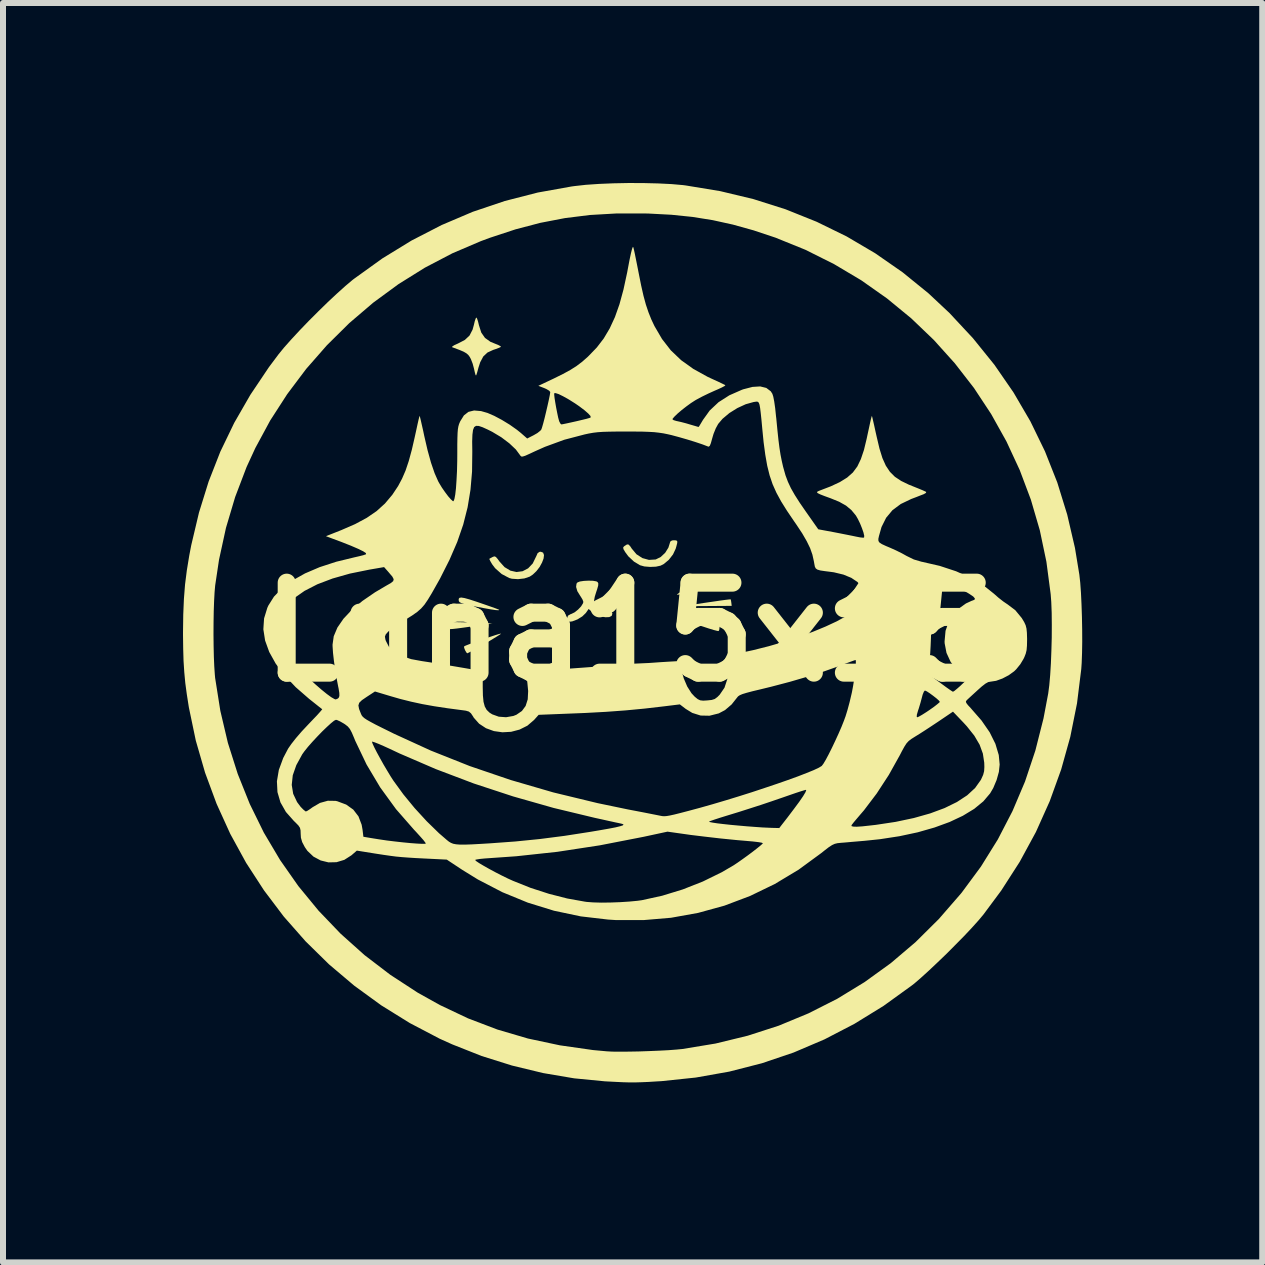
<source format=kicad_pcb>
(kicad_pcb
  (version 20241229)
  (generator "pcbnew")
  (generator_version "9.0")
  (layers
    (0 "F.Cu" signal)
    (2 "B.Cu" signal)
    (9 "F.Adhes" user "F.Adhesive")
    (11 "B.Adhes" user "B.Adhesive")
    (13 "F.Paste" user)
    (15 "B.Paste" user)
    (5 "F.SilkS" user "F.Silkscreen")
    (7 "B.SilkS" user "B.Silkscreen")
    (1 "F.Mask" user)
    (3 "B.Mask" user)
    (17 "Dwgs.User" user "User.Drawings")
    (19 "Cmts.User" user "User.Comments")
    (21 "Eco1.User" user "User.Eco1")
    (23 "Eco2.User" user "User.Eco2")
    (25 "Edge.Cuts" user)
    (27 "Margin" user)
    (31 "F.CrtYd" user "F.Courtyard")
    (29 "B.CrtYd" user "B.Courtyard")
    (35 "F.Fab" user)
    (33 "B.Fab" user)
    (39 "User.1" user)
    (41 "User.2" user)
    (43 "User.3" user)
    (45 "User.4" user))
  (footprint "Luna15x15"
    (layer "F.Cu")
    (at 7.478 7.482)
    (property "Reference" "Luna15x15" (at 0 0 0) (layer "F.SilkS") (effects (font (size 1.5 1.5) (thickness 0.3))))
    (attr board_only exclude_from_pos_files exclude_from_bom)
    (fp_poly (pts (xy 1.649 -0.544) (xy 1.655 -0.521) (xy 1.66 -0.487) (xy 1.666 -0.435) (xy 1.252 -0.432) (xy 0.838 -0.429) (xy 1.241 -0.489) (xy 1.366 -0.507) (xy 1.476 -0.523) (xy 1.564 -0.535) (xy 1.624 -0.542) (xy 1.649 -0.544)) (stroke (width 0) (type solid)) (fill yes) (layer "F.SilkS"))
    (fp_poly (pts (xy -2.876 -0.163) (xy -2.766 -0.16) (xy -2.679 -0.157) (xy -2.324 -0.14) (xy -2.663 -0.092) (xy -2.805 -0.072) (xy -2.91 -0.058) (xy -2.983 -0.05) (xy -3.032 -0.047) (xy -3.06 -0.05) (xy -3.073 -0.059) (xy -3.077 -0.074) (xy -3.077 -0.094) (xy -3.077 -0.094) (xy -3.069 -0.139) (xy -3.055 -0.159) (xy -3.028 -0.163) (xy -2.966 -0.164)) (stroke (width 0) (type solid)) (fill yes) (layer "F.SilkS"))
    (fp_poly (pts (xy -2.786 -0.565) (xy -2.703 -0.542) (xy -2.586 -0.504) (xy -2.534 -0.486) (xy -2.426 -0.449) (xy -2.332 -0.416) (xy -2.26 -0.39) (xy -2.217 -0.373) (xy -2.209 -0.369) (xy -2.216 -0.362) (xy -2.263 -0.364) (xy -2.35 -0.377) (xy -2.474 -0.399) (xy -2.589 -0.421) (xy -2.707 -0.445) (xy -2.789 -0.465) (xy -2.841 -0.482) (xy -2.87 -0.498) (xy -2.882 -0.515) (xy -2.882 -0.517) (xy -2.884 -0.549) (xy -2.872 -0.568) (xy -2.841 -0.574)) (stroke (width 0) (type solid)) (fill yes) (layer "F.SilkS"))
    (fp_poly (pts (xy -2.178 0.027) (xy -2.19 0.039) (xy -2.232 0.066) (xy -2.297 0.106) (xy -2.376 0.154) (xy -2.464 0.205) (xy -2.552 0.256) (xy -2.634 0.301) (xy -2.702 0.337) (xy -2.739 0.356) (xy -2.755 0.343) (xy -2.777 0.305) (xy -2.793 0.263) (xy -2.794 0.241) (xy -2.769 0.228) (xy -2.713 0.206) (xy -2.635 0.177) (xy -2.543 0.144) (xy -2.446 0.11) (xy -2.352 0.079) (xy -2.271 0.052) (xy -2.211 0.034) (xy -2.18 0.027)) (stroke (width 0) (type solid)) (fill yes) (layer "F.SilkS"))
    (fp_poly (pts (xy 0.917 -0.207) (xy 0.986 -0.199) (xy 1.077 -0.186) (xy 1.178 -0.17) (xy 1.277 -0.154) (xy 1.361 -0.14) (xy 1.421 -0.131) (xy 1.448 -0.128) (xy 1.448 -0.128) (xy 1.46 -0.109) (xy 1.464 -0.076) (xy 1.458 -0.032) (xy 1.448 -0.015) (xy 1.424 -0.018) (xy 1.366 -0.033) (xy 1.284 -0.058) (xy 1.184 -0.091) (xy 1.135 -0.107) (xy 1.035 -0.142) (xy 0.955 -0.173) (xy 0.901 -0.195) (xy 0.878 -0.208) (xy 0.881 -0.21)) (stroke (width 0) (type solid)) (fill yes) (layer "F.SilkS"))
    (fp_poly (pts (xy 1.399 -0.928) (xy 1.41 -0.896) (xy 1.415 -0.876) (xy 1.412 -0.859) (xy 1.396 -0.842) (xy 1.363 -0.823) (xy 1.308 -0.8) (xy 1.224 -0.769) (xy 1.109 -0.729) (xy 1.032 -0.702) (xy 0.908 -0.66) (xy 0.822 -0.633) (xy 0.771 -0.62) (xy 0.753 -0.621) (xy 0.767 -0.635) (xy 0.802 -0.658) (xy 0.851 -0.686) (xy 0.922 -0.724) (xy 1.007 -0.768) (xy 1.1 -0.815) (xy 1.191 -0.86) (xy 1.273 -0.9) (xy 1.339 -0.931) (xy 1.38 -0.948) (xy 1.39 -0.951)) (stroke (width 0) (type solid)) (fill yes) (layer "F.SilkS"))
    (fp_poly (pts (xy -1.477 -1.322) (xy -1.462 -1.282) (xy -1.469 -1.224) (xy -1.495 -1.156) (xy -1.535 -1.083) (xy -1.588 -1.014) (xy -1.649 -0.956) (xy -1.7 -0.922) (xy -1.789 -0.892) (xy -1.895 -0.88) (xy -1.997 -0.887) (xy -2.042 -0.899) (xy -2.168 -0.966) (xy -2.277 -1.063) (xy -2.326 -1.128) (xy -2.356 -1.179) (xy -2.372 -1.213) (xy -2.373 -1.219) (xy -2.351 -1.232) (xy -2.319 -1.249) (xy -2.29 -1.26) (xy -2.265 -1.251) (xy -2.234 -1.216) (xy -2.207 -1.178) (xy -2.12 -1.081) (xy -2.022 -1.022) (xy -1.92 -0.999) (xy -1.819 -1.012) (xy -1.727 -1.06) (xy -1.65 -1.141) (xy -1.594 -1.256) (xy -1.593 -1.257) (xy -1.569 -1.312) (xy -1.539 -1.334) (xy -1.516 -1.337)) (stroke (width 0) (type solid)) (fill yes) (layer "F.SilkS"))
    (fp_poly (pts (xy 0.74 -1.526) (xy 0.758 -1.515) (xy 0.759 -1.486) (xy 0.745 -1.43) (xy 0.733 -1.388) (xy 0.688 -1.292) (xy 0.618 -1.202) (xy 0.535 -1.133) (xy 0.481 -1.105) (xy 0.403 -1.088) (xy 0.306 -1.084) (xy 0.21 -1.092) (xy 0.138 -1.112) (xy 0.037 -1.173) (xy -0.057 -1.261) (xy -0.108 -1.33) (xy -0.137 -1.379) (xy -0.143 -1.406) (xy -0.129 -1.426) (xy -0.116 -1.435) (xy -0.078 -1.459) (xy -0.051 -1.456) (xy -0.022 -1.424) (xy -0.000234 -1.39) (xy 0.079 -1.295) (xy 0.178 -1.231) (xy 0.287 -1.201) (xy 0.398 -1.208) (xy 0.402 -1.209) (xy 0.484 -1.25) (xy 0.558 -1.32) (xy 0.611 -1.405) (xy 0.628 -1.458) (xy 0.643 -1.507) (xy 0.671 -1.525) (xy 0.703 -1.528)) (stroke (width 0) (type solid)) (fill yes) (layer "F.SilkS"))
    (fp_poly (pts (xy -2.577 -5.222) (xy -2.561 -5.173) (xy -2.546 -5.111) (xy -2.507 -4.989) (xy -2.445 -4.9) (xy -2.355 -4.836) (xy -2.282 -4.806) (xy -2.223 -4.782) (xy -2.186 -4.762) (xy -2.18 -4.751) (xy -2.208 -4.737) (xy -2.263 -4.716) (xy -2.308 -4.701) (xy -2.404 -4.657) (xy -2.474 -4.591) (xy -2.525 -4.495) (xy -2.554 -4.406) (xy -2.572 -4.339) (xy -2.587 -4.29) (xy -2.595 -4.273) (xy -2.604 -4.287) (xy -2.616 -4.332) (xy -2.629 -4.39) (xy -2.651 -4.472) (xy -2.681 -4.549) (xy -2.701 -4.586) (xy -2.726 -4.619) (xy -2.757 -4.645) (xy -2.8 -4.67) (xy -2.865 -4.698) (xy -2.961 -4.734) (xy -2.992 -4.745) (xy -2.992 -4.757) (xy -2.956 -4.78) (xy -2.896 -4.807) (xy -2.782 -4.866) (xy -2.703 -4.94) (xy -2.652 -5.039) (xy -2.631 -5.115) (xy -2.615 -5.182) (xy -2.599 -5.227) (xy -2.589 -5.241)) (stroke (width 0) (type solid)) (fill yes) (layer "F.SilkS"))
    (fp_poly (pts (xy -0.646 -0.853) (xy -0.589 -0.843) (xy -0.569 -0.832) (xy -0.557 -0.809) (xy -0.559 -0.773) (xy -0.576 -0.712) (xy -0.591 -0.668) (xy -0.616 -0.587) (xy -0.628 -0.521) (xy -0.626 -0.488) (xy -0.588 -0.433) (xy -0.518 -0.39) (xy -0.426 -0.363) (xy -0.416 -0.362) (xy -0.357 -0.349) (xy -0.329 -0.326) (xy -0.322 -0.305) (xy -0.334 -0.268) (xy -0.374 -0.248) (xy -0.435 -0.245) (xy -0.508 -0.257) (xy -0.582 -0.284) (xy -0.649 -0.325) (xy -0.655 -0.33) (xy -0.718 -0.383) (xy -0.765 -0.316) (xy -0.824 -0.259) (xy -0.905 -0.209) (xy -0.989 -0.177) (xy -1.036 -0.17) (xy -1.071 -0.177) (xy -1.08 -0.207) (xy -1.078 -0.227) (xy -1.062 -0.272) (xy -1.018 -0.297) (xy -1.005 -0.301) (xy -0.952 -0.327) (xy -0.894 -0.373) (xy -0.843 -0.427) (xy -0.812 -0.478) (xy -0.806 -0.501) (xy -0.819 -0.538) (xy -0.849 -0.588) (xy -0.859 -0.603) (xy -0.906 -0.679) (xy -0.927 -0.75) (xy -0.92 -0.805) (xy -0.905 -0.825) (xy -0.864 -0.841) (xy -0.798 -0.851) (xy -0.72 -0.855)) (stroke (width 0) (type solid)) (fill yes) (layer "F.SilkS"))
    (fp_poly (pts (xy 0.199 -7.481) (xy 0.441 -7.475) (xy 0.664 -7.464) (xy 0.857 -7.447) (xy 0.902 -7.441) (xy 1.473 -7.347) (xy 2.028 -7.214) (xy 2.564 -7.044) (xy 3.082 -6.836) (xy 3.581 -6.592) (xy 4.058 -6.311) (xy 4.513 -5.995) (xy 4.945 -5.644) (xy 5.295 -5.316) (xy 5.688 -4.894) (xy 6.045 -4.452) (xy 6.363 -3.991) (xy 6.644 -3.51) (xy 6.887 -3.01) (xy 7.092 -2.492) (xy 7.258 -1.955) (xy 7.387 -1.4) (xy 7.46 -0.955) (xy 7.475 -0.819) (xy 7.487 -0.651) (xy 7.496 -0.46) (xy 7.503 -0.254) (xy 7.507 -0.044) (xy 7.508 0.16) (xy 7.505 0.35) (xy 7.499 0.516) (xy 7.492 0.617) (xy 7.421 1.19) (xy 7.309 1.748) (xy 7.157 2.292) (xy 6.966 2.821) (xy 6.736 3.334) (xy 6.466 3.831) (xy 6.158 4.31) (xy 5.86 4.711) (xy 5.776 4.811) (xy 5.667 4.932) (xy 5.538 5.069) (xy 5.395 5.214) (xy 5.247 5.363) (xy 5.097 5.507) (xy 4.954 5.642) (xy 4.823 5.761) (xy 4.711 5.858) (xy 4.663 5.895) (xy 4.195 6.233) (xy 3.711 6.531) (xy 3.212 6.79) (xy 2.698 7.009) (xy 2.169 7.188) (xy 1.626 7.327) (xy 1.068 7.426) (xy 0.495 7.486) (xy 0.424 7.49) (xy 0.279 7.499) (xy 0.161 7.504) (xy 0.058 7.507) (xy -0.041 7.507) (xy -0.148 7.504) (xy -0.272 7.498) (xy -0.427 7.49) (xy -0.446 7.489) (xy -0.96 7.439) (xy -1.478 7.351) (xy -1.995 7.226) (xy -2.501 7.067) (xy -2.989 6.874) (xy -3.2 6.779) (xy -3.7 6.517) (xy -4.175 6.222) (xy -4.623 5.896) (xy -5.044 5.54) (xy -5.436 5.155) (xy -5.798 4.744) (xy -6.128 4.307) (xy -6.426 3.848) (xy -6.69 3.366) (xy -6.918 2.865) (xy -7.11 2.346) (xy -7.265 1.81) (xy -7.38 1.259) (xy -7.383 1.241) (xy -7.415 1.037) (xy -7.44 0.851) (xy -7.457 0.67) (xy -7.469 0.484) (xy -7.475 0.281) (xy -7.478 0.049) (xy -7.478 0.04) (xy -6.97 0.04) (xy -6.968 0.232) (xy -6.964 0.413) (xy -6.957 0.575) (xy -6.948 0.708) (xy -6.943 0.764) (xy -6.856 1.314) (xy -6.73 1.849) (xy -6.566 2.366) (xy -6.366 2.865) (xy -6.131 3.344) (xy -5.86 3.801) (xy -5.556 4.235) (xy -5.219 4.645) (xy -4.851 5.029) (xy -4.452 5.386) (xy -4.024 5.713) (xy -3.567 6.011) (xy -3.196 6.218) (xy -2.727 6.44) (xy -2.238 6.626) (xy -1.728 6.776) (xy -1.197 6.889) (xy -0.644 6.968) (xy -0.414 6.989) (xy -0.322 6.994) (xy -0.196 6.995) (xy -0.047 6.994) (xy 0.118 6.991) (xy 0.288 6.985) (xy 0.456 6.978) (xy 0.611 6.97) (xy 0.744 6.96) (xy 0.847 6.95) (xy 1.398 6.859) (xy 1.932 6.729) (xy 2.449 6.562) (xy 2.946 6.356) (xy 3.424 6.114) (xy 3.881 5.835) (xy 4.317 5.52) (xy 4.729 5.17) (xy 5.118 4.784) (xy 5.482 4.365) (xy 5.501 4.342) (xy 5.82 3.91) (xy 6.101 3.458) (xy 6.346 2.985) (xy 6.555 2.492) (xy 6.727 1.976) (xy 6.863 1.439) (xy 6.941 1.026) (xy 6.959 0.888) (xy 6.974 0.717) (xy 6.986 0.521) (xy 6.994 0.311) (xy 7 0.094) (xy 7.001 -0.119) (xy 6.999 -0.32) (xy 6.992 -0.5) (xy 6.982 -0.631) (xy 6.911 -1.17) (xy 6.801 -1.695) (xy 6.652 -2.205) (xy 6.466 -2.699) (xy 6.245 -3.175) (xy 5.99 -3.632) (xy 5.703 -4.067) (xy 5.384 -4.478) (xy 5.036 -4.865) (xy 4.659 -5.226) (xy 4.255 -5.558) (xy 3.825 -5.861) (xy 3.371 -6.131) (xy 2.895 -6.369) (xy 2.397 -6.571) (xy 2.031 -6.693) (xy 1.686 -6.789) (xy 1.35 -6.863) (xy 1.012 -6.917) (xy 0.661 -6.953) (xy 0.284 -6.973) (xy 0.198 -6.975) (xy -0.262 -6.974) (xy -0.696 -6.949) (xy -1.114 -6.897) (xy -1.524 -6.818) (xy -1.936 -6.71) (xy -2.361 -6.57) (xy -2.515 -6.513) (xy -2.988 -6.311) (xy -3.447 -6.071) (xy -3.888 -5.796) (xy -4.309 -5.487) (xy -4.707 -5.147) (xy -5.08 -4.778) (xy -5.426 -4.383) (xy -5.741 -3.964) (xy -6.025 -3.524) (xy -6.273 -3.065) (xy -6.419 -2.748) (xy -6.609 -2.249) (xy -6.762 -1.735) (xy -6.878 -1.203) (xy -6.942 -0.775) (xy -6.952 -0.661) (xy -6.96 -0.514) (xy -6.966 -0.342) (xy -6.969 -0.155) (xy -6.97 0.04) (xy -7.478 0.04) (xy -7.478 0) (xy -7.474 -0.29) (xy -7.463 -0.55) (xy -7.444 -0.792) (xy -7.414 -1.029) (xy -7.374 -1.273) (xy -7.341 -1.445) (xy -7.212 -1.989) (xy -7.051 -2.507) (xy -6.856 -3.005) (xy -6.624 -3.486) (xy -6.355 -3.953) (xy -6.047 -4.412) (xy -5.887 -4.626) (xy -5.794 -4.74) (xy -5.674 -4.875) (xy -5.535 -5.025) (xy -5.383 -5.183) (xy -5.224 -5.342) (xy -5.065 -5.497) (xy -4.912 -5.64) (xy -4.772 -5.766) (xy -4.651 -5.868) (xy -4.626 -5.887) (xy -4.156 -6.225) (xy -3.67 -6.523) (xy -3.167 -6.782) (xy -2.65 -7.002) (xy -2.116 -7.182) (xy -1.567 -7.323) (xy -1.004 -7.424) (xy -0.953 -7.431) (xy -0.764 -7.452) (xy -0.545 -7.467) (xy -0.304 -7.477) (xy -0.053 -7.482)) (stroke (width 0) (type solid)) (fill yes) (layer "F.SilkS"))
    (fp_poly (pts (xy 0.025 -6.415) (xy 0.034 -6.383) (xy 0.049 -6.316) (xy 0.068 -6.222) (xy 0.091 -6.108) (xy 0.116 -5.981) (xy 0.116 -5.981) (xy 0.157 -5.775) (xy 0.196 -5.603) (xy 0.236 -5.456) (xy 0.279 -5.328) (xy 0.327 -5.208) (xy 0.379 -5.098) (xy 0.505 -4.882) (xy 0.651 -4.694) (xy 0.824 -4.529) (xy 1.028 -4.383) (xy 1.267 -4.251) (xy 1.351 -4.212) (xy 1.435 -4.174) (xy 1.504 -4.141) (xy 1.549 -4.119) (xy 1.561 -4.112) (xy 1.548 -4.099) (xy 1.503 -4.075) (xy 1.434 -4.043) (xy 1.385 -4.022) (xy 1.281 -3.975) (xy 1.172 -3.922) (xy 1.077 -3.871) (xy 1.058 -3.86) (xy 0.988 -3.815) (xy 0.911 -3.759) (xy 0.834 -3.699) (xy 0.765 -3.64) (xy 0.712 -3.589) (xy 0.682 -3.554) (xy 0.679 -3.544) (xy 0.698 -3.53) (xy 0.744 -3.516) (xy 0.759 -3.513) (xy 0.822 -3.499) (xy 0.906 -3.477) (xy 0.973 -3.457) (xy 1.042 -3.437) (xy 1.093 -3.422) (xy 1.114 -3.416) (xy 1.127 -3.433) (xy 1.154 -3.478) (xy 1.188 -3.535) (xy 1.3 -3.691) (xy 1.447 -3.829) (xy 1.627 -3.944) (xy 1.834 -4.035) (xy 1.858 -4.044) (xy 2.013 -4.084) (xy 2.141 -4.092) (xy 2.243 -4.067) (xy 2.317 -4.011) (xy 2.344 -3.969) (xy 2.359 -3.922) (xy 2.375 -3.84) (xy 2.391 -3.728) (xy 2.405 -3.593) (xy 2.409 -3.561) (xy 2.428 -3.364) (xy 2.445 -3.203) (xy 2.462 -3.069) (xy 2.48 -2.954) (xy 2.5 -2.853) (xy 2.522 -2.756) (xy 2.53 -2.727) (xy 2.563 -2.61) (xy 2.603 -2.503) (xy 2.653 -2.396) (xy 2.718 -2.282) (xy 2.801 -2.152) (xy 2.901 -2.007) (xy 3.109 -1.711) (xy 3.363 -1.664) (xy 3.476 -1.642) (xy 3.587 -1.62) (xy 3.682 -1.601) (xy 3.739 -1.589) (xy 3.806 -1.576) (xy 3.855 -1.571) (xy 3.872 -1.573) (xy 3.875 -1.602) (xy 3.862 -1.658) (xy 3.837 -1.73) (xy 3.805 -1.809) (xy 3.769 -1.883) (xy 3.736 -1.94) (xy 3.661 -2.031) (xy 3.571 -2.106) (xy 3.457 -2.17) (xy 3.317 -2.227) (xy 3.21 -2.266) (xy 3.139 -2.294) (xy 3.099 -2.314) (xy 3.087 -2.329) (xy 3.098 -2.341) (xy 3.127 -2.354) (xy 3.13 -2.355) (xy 3.317 -2.427) (xy 3.469 -2.498) (xy 3.59 -2.573) (xy 3.685 -2.657) (xy 3.76 -2.758) (xy 3.819 -2.881) (xy 3.87 -3.032) (xy 3.915 -3.218) (xy 3.929 -3.284) (xy 3.953 -3.394) (xy 3.973 -3.487) (xy 3.989 -3.557) (xy 4 -3.595) (xy 4.002 -3.601) (xy 4.009 -3.58) (xy 4.022 -3.523) (xy 4.041 -3.44) (xy 4.064 -3.335) (xy 4.083 -3.251) (xy 4.129 -3.056) (xy 4.178 -2.898) (xy 4.235 -2.771) (xy 4.303 -2.669) (xy 4.386 -2.586) (xy 4.49 -2.517) (xy 4.618 -2.455) (xy 4.685 -2.428) (xy 4.772 -2.393) (xy 4.845 -2.363) (xy 4.893 -2.341) (xy 4.908 -2.333) (xy 4.903 -2.317) (xy 4.868 -2.297) (xy 4.866 -2.296) (xy 4.816 -2.277) (xy 4.743 -2.248) (xy 4.661 -2.217) (xy 4.658 -2.216) (xy 4.483 -2.132) (xy 4.345 -2.029) (xy 4.24 -1.903) (xy 4.163 -1.749) (xy 4.12 -1.597) (xy 4.11 -1.55) (xy 4.112 -1.516) (xy 4.129 -1.49) (xy 4.169 -1.464) (xy 4.238 -1.432) (xy 4.307 -1.403) (xy 4.403 -1.36) (xy 4.502 -1.311) (xy 4.583 -1.266) (xy 4.583 -1.266) (xy 4.702 -1.208) (xy 4.831 -1.17) (xy 4.838 -1.169) (xy 5.134 -1.101) (xy 5.407 -1.011) (xy 5.652 -0.901) (xy 5.866 -0.774) (xy 6.037 -0.637) (xy 6.112 -0.571) (xy 6.191 -0.509) (xy 6.257 -0.464) (xy 6.262 -0.461) (xy 6.392 -0.363) (xy 6.5 -0.232) (xy 6.541 -0.164) (xy 6.565 -0.112) (xy 6.579 -0.057) (xy 6.586 0.013) (xy 6.589 0.112) (xy 6.589 0.127) (xy 6.587 0.228) (xy 6.581 0.301) (xy 6.567 0.36) (xy 6.544 0.419) (xy 6.529 0.45) (xy 6.476 0.538) (xy 6.408 0.622) (xy 6.373 0.656) (xy 6.283 0.721) (xy 6.178 0.776) (xy 6.073 0.814) (xy 5.982 0.828) (xy 5.942 0.835) (xy 5.895 0.861) (xy 5.832 0.91) (xy 5.766 0.969) (xy 5.696 1.033) (xy 5.636 1.088) (xy 5.594 1.127) (xy 5.582 1.139) (xy 5.569 1.157) (xy 5.575 1.182) (xy 5.603 1.219) (xy 5.658 1.278) (xy 5.658 1.279) (xy 5.83 1.476) (xy 5.965 1.671) (xy 6.061 1.864) (xy 6.117 2.051) (xy 6.132 2.209) (xy 6.119 2.332) (xy 6.081 2.468) (xy 6.025 2.601) (xy 5.973 2.69) (xy 5.86 2.823) (xy 5.708 2.948) (xy 5.519 3.063) (xy 5.298 3.167) (xy 5.046 3.259) (xy 4.766 3.339) (xy 4.462 3.404) (xy 4.136 3.454) (xy 3.886 3.48) (xy 3.769 3.49) (xy 3.653 3.5) (xy 3.553 3.509) (xy 3.488 3.514) (xy 3.43 3.52) (xy 3.384 3.531) (xy 3.34 3.551) (xy 3.287 3.585) (xy 3.218 3.638) (xy 3.159 3.685) (xy 2.781 3.962) (xy 2.385 4.2) (xy 1.972 4.4) (xy 1.546 4.561) (xy 1.106 4.682) (xy 0.656 4.763) (xy 0.196 4.802) (xy -0.272 4.801) (xy -0.395 4.793) (xy -0.849 4.74) (xy -1.295 4.646) (xy -1.732 4.511) (xy -2.156 4.337) (xy -2.564 4.125) (xy -2.825 3.964) (xy -3.073 3.8) (xy -2.61 3.8) (xy -2.592 3.819) (xy -2.543 3.852) (xy -2.469 3.896) (xy -2.377 3.948) (xy -2.275 4.003) (xy -2.168 4.058) (xy -2.064 4.109) (xy -1.98 4.147) (xy -1.685 4.265) (xy -1.379 4.364) (xy -1.074 4.442) (xy -0.784 4.494) (xy -0.75 4.499) (xy -0.643 4.507) (xy -0.507 4.511) (xy -0.352 4.509) (xy -0.192 4.503) (xy -0.038 4.493) (xy 0.098 4.48) (xy 0.17 4.47) (xy 0.507 4.396) (xy 0.85 4.291) (xy 1.185 4.159) (xy 1.501 4.004) (xy 1.698 3.889) (xy 1.767 3.843) (xy 1.848 3.786) (xy 1.934 3.724) (xy 2.017 3.662) (xy 2.09 3.605) (xy 2.147 3.559) (xy 2.18 3.529) (xy 2.186 3.521) (xy 2.166 3.512) (xy 2.114 3.503) (xy 2.039 3.494) (xy 2.011 3.491) (xy 1.746 3.468) (xy 1.476 3.441) (xy 1.216 3.411) (xy 0.978 3.382) (xy 0.908 3.372) (xy 0.596 3.328) (xy 0.197 3.414) (xy -0.532 3.556) (xy -1.239 3.664) (xy -1.924 3.738) (xy -2.35 3.768) (xy -2.449 3.775) (xy -2.531 3.783) (xy -2.587 3.792) (xy -2.61 3.799) (xy -2.61 3.8) (xy -3.073 3.8) (xy -3.081 3.794) (xy -3.445 3.776) (xy -3.602 3.768) (xy -3.727 3.76) (xy -3.833 3.752) (xy -3.929 3.743) (xy -4.028 3.73) (xy -4.14 3.714) (xy -4.276 3.693) (xy -4.301 3.689) (xy -4.581 3.644) (xy -4.671 3.722) (xy -4.79 3.798) (xy -4.92 3.837) (xy -5.054 3.84) (xy -5.184 3.808) (xy -5.304 3.744) (xy -5.405 3.648) (xy -5.448 3.586) (xy -5.492 3.502) (xy -5.513 3.429) (xy -5.517 3.364) (xy -5.519 3.306) (xy -5.529 3.264) (xy -5.555 3.225) (xy -5.603 3.176) (xy -5.631 3.149) (xy -5.763 3) (xy -5.854 2.84) (xy -5.904 2.669) (xy -5.91 2.549) (xy -5.666 2.549) (xy -5.642 2.697) (xy -5.577 2.835) (xy -5.518 2.914) (xy -5.474 2.959) (xy -5.44 2.987) (xy -5.43 2.992) (xy -5.404 2.98) (xy -5.357 2.949) (xy -5.317 2.92) (xy -5.195 2.849) (xy -5.065 2.813) (xy -4.936 2.815) (xy -4.908 2.821) (xy -4.758 2.877) (xy -4.64 2.961) (xy -4.554 3.073) (xy -4.501 3.212) (xy -4.486 3.296) (xy -4.472 3.413) (xy -4.342 3.435) (xy -4.218 3.455) (xy -4.083 3.475) (xy -3.944 3.492) (xy -3.808 3.507) (xy -3.683 3.519) (xy -3.576 3.527) (xy -3.493 3.531) (xy -3.442 3.53) (xy -3.432 3.527) (xy -3.44 3.51) (xy -3.472 3.468) (xy -3.526 3.407) (xy -3.594 3.332) (xy -3.628 3.296) (xy -3.928 2.953) (xy -4.192 2.59) (xy -4.419 2.209) (xy -4.6 1.83) (xy -4.329 1.83) (xy -4.318 1.863) (xy -4.29 1.924) (xy -4.247 2.008) (xy -4.194 2.105) (xy -4.136 2.209) (xy -4.075 2.312) (xy -4.017 2.408) (xy -3.971 2.479) (xy -3.806 2.706) (xy -3.618 2.935) (xy -3.416 3.155) (xy -3.212 3.354) (xy -3.08 3.468) (xy -3.046 3.495) (xy -3.012 3.515) (xy -2.974 3.53) (xy -2.925 3.539) (xy -2.861 3.544) (xy -2.775 3.544) (xy -2.662 3.54) (xy -2.517 3.532) (xy -2.366 3.523) (xy -1.942 3.492) (xy -1.532 3.451) (xy -1.12 3.398) (xy -0.689 3.331) (xy -0.541 3.306) (xy -0.387 3.279) (xy -0.272 3.257) (xy -0.194 3.238) (xy -0.15 3.224) (xy -0.136 3.211) (xy -0.151 3.201) (xy -0.172 3.195) (xy -0.208 3.187) (xy -0.279 3.172) (xy -0.328 3.161) (xy 1.288 3.161) (xy 1.301 3.168) (xy 1.351 3.178) (xy 1.43 3.19) (xy 1.533 3.202) (xy 1.653 3.215) (xy 1.784 3.227) (xy 1.92 3.239) (xy 2.054 3.249) (xy 2.18 3.258) (xy 2.292 3.263) (xy 2.338 3.265) (xy 2.459 3.268) (xy 2.496 3.22) (xy 3.663 3.22) (xy 3.664 3.236) (xy 3.692 3.244) (xy 3.75 3.246) (xy 3.841 3.24) (xy 3.969 3.226) (xy 4.067 3.215) (xy 4.398 3.165) (xy 4.701 3.101) (xy 4.974 3.024) (xy 5.214 2.935) (xy 5.42 2.834) (xy 5.591 2.722) (xy 5.723 2.6) (xy 5.816 2.469) (xy 5.826 2.45) (xy 5.857 2.381) (xy 5.873 2.32) (xy 5.877 2.25) (xy 5.875 2.179) (xy 5.852 2.027) (xy 5.798 1.879) (xy 5.71 1.729) (xy 5.585 1.572) (xy 5.53 1.512) (xy 5.354 1.328) (xy 5.101 1.499) (xy 4.997 1.568) (xy 4.892 1.637) (xy 4.797 1.698) (xy 4.724 1.743) (xy 4.716 1.748) (xy 4.659 1.784) (xy 4.616 1.817) (xy 4.58 1.856) (xy 4.545 1.91) (xy 4.503 1.986) (xy 4.468 2.054) (xy 4.285 2.382) (xy 4.083 2.692) (xy 3.87 2.973) (xy 3.808 3.045) (xy 3.75 3.113) (xy 3.701 3.171) (xy 3.67 3.211) (xy 3.663 3.22) (xy 2.496 3.22) (xy 2.595 3.093) (xy 2.704 2.949) (xy 2.792 2.83) (xy 2.856 2.737) (xy 2.895 2.672) (xy 2.908 2.637) (xy 2.904 2.631) (xy 2.876 2.638) (xy 2.814 2.657) (xy 2.726 2.686) (xy 2.619 2.723) (xy 2.498 2.765) (xy 2.489 2.768) (xy 2.332 2.822) (xy 2.151 2.883) (xy 1.964 2.943) (xy 1.789 2.999) (xy 1.704 3.025) (xy 1.58 3.063) (xy 1.47 3.097) (xy 1.381 3.126) (xy 1.318 3.148) (xy 1.289 3.16) (xy 1.288 3.161) (xy -0.328 3.161) (xy -0.375 3.151) (xy -0.491 3.125) (xy -0.615 3.098) (xy -1.301 2.933) (xy -1.976 2.741) (xy -2.633 2.525) (xy -3.266 2.285) (xy -3.869 2.025) (xy -4.026 1.951) (xy -4.129 1.904) (xy -4.216 1.866) (xy -4.283 1.84) (xy -4.321 1.828) (xy -4.329 1.83) (xy -4.6 1.83) (xy -4.608 1.813) (xy -4.627 1.766) (xy -4.665 1.677) (xy -4.697 1.617) (xy -4.732 1.575) (xy -4.777 1.54) (xy -4.797 1.527) (xy -4.858 1.492) (xy -4.908 1.469) (xy -4.929 1.464) (xy -4.96 1.479) (xy -5.012 1.521) (xy -5.08 1.583) (xy -5.159 1.659) (xy -5.241 1.744) (xy -5.322 1.831) (xy -5.396 1.915) (xy -5.456 1.99) (xy -5.491 2.039) (xy -5.59 2.22) (xy -5.649 2.389) (xy -5.666 2.549) (xy -5.91 2.549) (xy -5.913 2.489) (xy -5.881 2.299) (xy -5.808 2.1) (xy -5.726 1.944) (xy -5.672 1.866) (xy -5.595 1.768) (xy -5.5 1.658) (xy -5.394 1.545) (xy -5.314 1.461) (xy -5.245 1.389) (xy -5.194 1.332) (xy -5.164 1.297) (xy -5.158 1.288) (xy -5.177 1.273) (xy -5.223 1.237) (xy -5.239 1.224) (xy -4.555 1.224) (xy -4.544 1.283) (xy -4.511 1.367) (xy -4.5 1.39) (xy -4.483 1.412) (xy -4.456 1.436) (xy -4.414 1.464) (xy -4.354 1.498) (xy -4.27 1.543) (xy -4.158 1.599) (xy -4.014 1.67) (xy -3.964 1.695) (xy -3.348 1.977) (xy -2.699 2.235) (xy -2.018 2.467) (xy -1.307 2.674) (xy -0.567 2.853) (xy -0.062 2.958) (xy 0.08 2.985) (xy 0.21 3.01) (xy 0.321 3.032) (xy 0.407 3.049) (xy 0.462 3.06) (xy 0.477 3.063) (xy 0.51 3.069) (xy 0.543 3.071) (xy 0.582 3.068) (xy 0.635 3.059) (xy 0.708 3.043) (xy 0.808 3.018) (xy 0.942 2.983) (xy 0.946 2.982) (xy 1.143 2.929) (xy 1.351 2.87) (xy 1.567 2.806) (xy 1.786 2.739) (xy 2.004 2.67) (xy 2.215 2.6) (xy 2.417 2.532) (xy 2.604 2.467) (xy 2.772 2.406) (xy 2.916 2.35) (xy 3.034 2.302) (xy 3.119 2.262) (xy 3.168 2.232) (xy 3.168 2.231) (xy 3.194 2.197) (xy 3.234 2.13) (xy 3.282 2.04) (xy 3.336 1.932) (xy 3.392 1.814) (xy 3.447 1.694) (xy 3.497 1.579) (xy 3.538 1.476) (xy 3.56 1.415) (xy 4.75 1.415) (xy 4.76 1.422) (xy 4.787 1.41) (xy 4.84 1.38) (xy 4.911 1.335) (xy 4.96 1.302) (xy 5.034 1.25) (xy 5.092 1.205) (xy 5.128 1.174) (xy 5.135 1.165) (xy 5.119 1.143) (xy 5.079 1.107) (xy 5.024 1.064) (xy 4.967 1.022) (xy 4.918 0.99) (xy 4.887 0.976) (xy 4.886 0.976) (xy 4.869 0.995) (xy 4.849 1.043) (xy 4.837 1.088) (xy 4.813 1.178) (xy 4.784 1.275) (xy 4.772 1.31) (xy 4.752 1.379) (xy 4.75 1.415) (xy 3.56 1.415) (xy 3.562 1.411) (xy 3.596 1.3) (xy 3.631 1.17) (xy 3.661 1.043) (xy 3.67 1.004) (xy 3.689 0.902) (xy 3.706 0.795) (xy 3.72 0.691) (xy 3.725 0.641) (xy 4.941 0.641) (xy 4.942 0.678) (xy 4.951 0.7) (xy 4.964 0.713) (xy 5.02 0.757) (xy 5.09 0.81) (xy 5.165 0.865) (xy 5.237 0.918) (xy 5.298 0.961) (xy 5.34 0.989) (xy 5.354 0.996) (xy 5.377 0.983) (xy 5.421 0.947) (xy 5.478 0.897) (xy 5.489 0.886) (xy 5.606 0.775) (xy 5.556 0.743) (xy 5.42 0.632) (xy 5.315 0.499) (xy 5.246 0.349) (xy 5.215 0.188) (xy 5.214 0.156) (xy 5.23 -0.019) (xy 5.284 -0.174) (xy 5.375 -0.31) (xy 5.377 -0.313) (xy 5.471 -0.404) (xy 5.57 -0.475) (xy 5.663 -0.518) (xy 5.675 -0.522) (xy 5.713 -0.537) (xy 5.719 -0.559) (xy 5.691 -0.591) (xy 5.626 -0.635) (xy 5.586 -0.659) (xy 5.523 -0.691) (xy 5.439 -0.728) (xy 5.343 -0.767) (xy 5.242 -0.805) (xy 5.146 -0.838) (xy 5.062 -0.864) (xy 5 -0.879) (xy 4.967 -0.882) (xy 4.966 -0.881) (xy 4.96 -0.856) (xy 4.966 -0.805) (xy 4.972 -0.78) (xy 4.98 -0.721) (xy 4.987 -0.627) (xy 4.991 -0.506) (xy 4.993 -0.366) (xy 4.993 -0.214) (xy 4.991 -0.057) (xy 4.987 0.096) (xy 4.981 0.239) (xy 4.974 0.363) (xy 4.964 0.46) (xy 4.961 0.486) (xy 4.947 0.58) (xy 4.941 0.641) (xy 3.725 0.641) (xy 3.73 0.599) (xy 3.735 0.525) (xy 3.735 0.479) (xy 3.73 0.467) (xy 3.708 0.474) (xy 3.653 0.494) (xy 3.574 0.523) (xy 3.477 0.56) (xy 3.443 0.573) (xy 3.203 0.658) (xy 2.93 0.745) (xy 2.635 0.831) (xy 2.327 0.912) (xy 2.147 0.956) (xy 2.013 0.988) (xy 1.915 1.014) (xy 1.846 1.035) (xy 1.801 1.054) (xy 1.773 1.073) (xy 1.761 1.087) (xy 1.665 1.208) (xy 1.555 1.302) (xy 1.451 1.357) (xy 1.296 1.396) (xy 1.149 1.393) (xy 1.009 1.349) (xy 0.9 1.282) (xy 0.802 1.207) (xy 0.534 1.24) (xy 0.215 1.277) (xy -0.1 1.307) (xy -0.426 1.331) (xy -0.774 1.35) (xy -0.975 1.358) (xy -1.551 1.381) (xy -1.628 1.467) (xy -1.739 1.562) (xy -1.869 1.627) (xy -2.01 1.664) (xy -2.155 1.672) (xy -2.297 1.652) (xy -2.429 1.604) (xy -2.543 1.529) (xy -2.633 1.428) (xy -2.643 1.41) (xy -2.679 1.356) (xy -2.714 1.327) (xy -2.764 1.312) (xy -2.807 1.306) (xy -3.065 1.272) (xy -3.29 1.238) (xy -3.491 1.202) (xy -3.676 1.162) (xy -3.856 1.117) (xy -4.019 1.07) (xy -4.279 0.992) (xy -4.421 1.085) (xy -4.497 1.137) (xy -4.541 1.18) (xy -4.555 1.224) (xy -5.239 1.224) (xy -5.288 1.185) (xy -5.366 1.123) (xy -5.374 1.117) (xy -5.599 0.921) (xy -5.785 0.724) (xy -5.933 0.528) (xy -6.041 0.334) (xy -6.11 0.143) (xy -6.139 -0.044) (xy -6.134 -0.123) (xy -5.895 -0.123) (xy -5.885 0.016) (xy -5.838 0.17) (xy -5.791 0.273) (xy -5.749 0.354) (xy -5.704 0.425) (xy -5.649 0.496) (xy -5.577 0.576) (xy -5.481 0.676) (xy -5.478 0.679) (xy -5.375 0.779) (xy -5.271 0.874) (xy -5.172 0.96) (xy -5.082 1.033) (xy -5.008 1.087) (xy -4.954 1.118) (xy -4.933 1.125) (xy -4.898 1.11) (xy -4.883 1.096) (xy -4.872 1.067) (xy -4.873 1.017) (xy -4.886 0.937) (xy -4.892 0.91) (xy -4.918 0.773) (xy -4.943 0.627) (xy -4.963 0.482) (xy -4.978 0.35) (xy -4.985 0.244) (xy -4.986 0.212) (xy -4.967 0.078) (xy -4.113 0.078) (xy -4.105 0.125) (xy -4.098 0.147) (xy -4.047 0.246) (xy -3.958 0.331) (xy -3.833 0.4) (xy -3.675 0.453) (xy -3.501 0.485) (xy -3.429 0.496) (xy -3.324 0.512) (xy -3.197 0.533) (xy -3.057 0.556) (xy -2.915 0.58) (xy -2.779 0.603) (xy -2.66 0.624) (xy -2.568 0.642) (xy -2.53 0.649) (xy -2.51 0.655) (xy -2.497 0.668) (xy -2.489 0.695) (xy -2.485 0.743) (xy -2.483 0.821) (xy -2.483 0.918) (xy -2.48 1.058) (xy -2.47 1.164) (xy -2.449 1.242) (xy -2.417 1.299) (xy -2.369 1.345) (xy -2.324 1.373) (xy -2.216 1.412) (xy -2.094 1.421) (xy -1.973 1.4) (xy -1.922 1.38) (xy -1.83 1.317) (xy -1.768 1.233) (xy -1.733 1.123) (xy -1.726 0.984) (xy -1.739 0.848) (xy -1.75 0.767) (xy -1.756 0.705) (xy -1.757 0.67) (xy -1.756 0.667) (xy -1.735 0.664) (xy -1.675 0.659) (xy -1.582 0.652) (xy -1.461 0.642) (xy -1.315 0.631) (xy -1.149 0.619) (xy -0.968 0.606) (xy -0.776 0.592) (xy -0.578 0.577) (xy -0.379 0.563) (xy -0.182 0.549) (xy 0.008 0.536) (xy 0.185 0.524) (xy 0.347 0.513) (xy 0.487 0.503) (xy 0.602 0.496) (xy 0.688 0.491) (xy 0.738 0.488) (xy 0.748 0.488) (xy 0.776 0.492) (xy 0.795 0.512) (xy 0.811 0.555) (xy 0.826 0.625) (xy 0.867 0.773) (xy 0.925 0.909) (xy 0.996 1.021) (xy 1.05 1.079) (xy 1.099 1.119) (xy 1.14 1.139) (xy 1.19 1.145) (xy 1.258 1.141) (xy 1.333 1.133) (xy 1.384 1.117) (xy 1.428 1.084) (xy 1.466 1.046) (xy 1.546 0.929) (xy 1.593 0.786) (xy 1.607 0.619) (xy 1.588 0.43) (xy 1.585 0.417) (xy 1.603 0.403) (xy 1.655 0.385) (xy 1.733 0.365) (xy 1.772 0.357) (xy 2.028 0.302) (xy 2.286 0.237) (xy 2.54 0.163) (xy 2.786 0.083) (xy 3.017 -0.002) (xy 3.23 -0.09) (xy 3.419 -0.178) (xy 3.578 -0.266) (xy 3.703 -0.35) (xy 3.75 -0.389) (xy 3.828 -0.482) (xy 3.866 -0.575) (xy 3.866 -0.667) (xy 3.83 -0.754) (xy 3.761 -0.834) (xy 3.659 -0.902) (xy 3.528 -0.956) (xy 3.37 -0.994) (xy 3.327 -1) (xy 3.217 -1.014) (xy 3.143 -1.025) (xy 3.095 -1.039) (xy 3.067 -1.059) (xy 3.052 -1.089) (xy 3.043 -1.136) (xy 3.035 -1.181) (xy 3.011 -1.289) (xy 2.973 -1.397) (xy 2.917 -1.512) (xy 2.842 -1.642) (xy 2.742 -1.793) (xy 2.705 -1.846) (xy 2.588 -2.019) (xy 2.491 -2.174) (xy 2.412 -2.319) (xy 2.348 -2.462) (xy 2.298 -2.61) (xy 2.258 -2.771) (xy 2.226 -2.953) (xy 2.198 -3.162) (xy 2.176 -3.385) (xy 2.162 -3.536) (xy 2.15 -3.65) (xy 2.14 -3.732) (xy 2.13 -3.787) (xy 2.118 -3.82) (xy 2.102 -3.836) (xy 2.08 -3.839) (xy 2.052 -3.835) (xy 2.031 -3.832) (xy 1.899 -3.795) (xy 1.76 -3.731) (xy 1.627 -3.648) (xy 1.513 -3.552) (xy 1.441 -3.467) (xy 1.401 -3.394) (xy 1.363 -3.3) (xy 1.341 -3.225) (xy 1.319 -3.146) (xy 1.301 -3.102) (xy 1.283 -3.088) (xy 1.273 -3.09) (xy 1.179 -3.126) (xy 1.057 -3.167) (xy 0.921 -3.209) (xy 0.785 -3.248) (xy 0.662 -3.281) (xy 0.606 -3.294) (xy 0.528 -3.31) (xy 0.453 -3.321) (xy 0.374 -3.33) (xy 0.282 -3.335) (xy 0.169 -3.339) (xy 0.026 -3.34) (xy -0.085 -3.34) (xy -0.248 -3.34) (xy -0.377 -3.338) (xy -0.48 -3.335) (xy -0.566 -3.329) (xy -0.641 -3.32) (xy -0.716 -3.307) (xy -0.785 -3.292) (xy -1.125 -3.203) (xy -1.447 -3.085) (xy -1.613 -3.011) (xy -1.709 -2.966) (xy -1.774 -2.937) (xy -1.815 -2.924) (xy -1.839 -2.924) (xy -1.853 -2.935) (xy -1.857 -2.941) (xy -1.931 -3.041) (xy -2.04 -3.144) (xy -2.174 -3.245) (xy -2.326 -3.336) (xy -2.404 -3.375) (xy -2.486 -3.412) (xy -2.548 -3.433) (xy -2.594 -3.435) (xy -2.626 -3.414) (xy -2.645 -3.366) (xy -2.655 -3.287) (xy -2.659 -3.173) (xy -2.657 -3.022) (xy -2.657 -2.994) (xy -2.661 -2.673) (xy -2.687 -2.37) (xy -2.735 -2.078) (xy -2.808 -1.79) (xy -2.908 -1.5) (xy -3.037 -1.202) (xy -3.195 -0.889) (xy -3.333 -0.644) (xy -3.398 -0.537) (xy -3.454 -0.455) (xy -3.51 -0.391) (xy -3.576 -0.333) (xy -3.66 -0.274) (xy -3.773 -0.204) (xy -3.777 -0.202) (xy -3.87 -0.143) (xy -3.956 -0.085) (xy -4.024 -0.035) (xy -4.062 -0.002) (xy -4.1 0.042) (xy -4.113 0.078) (xy -4.967 0.078) (xy -4.966 0.071) (xy -4.905 -0.073) (xy -4.804 -0.22) (xy -4.665 -0.368) (xy -4.489 -0.516) (xy -4.278 -0.661) (xy -4.09 -0.772) (xy -4.016 -0.814) (xy -3.975 -0.847) (xy -3.967 -0.879) (xy -3.989 -0.922) (xy -4.042 -0.984) (xy -4.057 -1.002) (xy -4.127 -1.081) (xy -4.371 -1.039) (xy -4.696 -0.973) (xy -4.985 -0.891) (xy -5.238 -0.795) (xy -5.452 -0.685) (xy -5.628 -0.562) (xy -5.702 -0.495) (xy -5.805 -0.373) (xy -5.869 -0.251) (xy -5.895 -0.123) (xy -6.134 -0.123) (xy -6.127 -0.226) (xy -6.073 -0.402) (xy -6.057 -0.438) (xy -5.962 -0.589) (xy -5.826 -0.729) (xy -5.653 -0.859) (xy -5.444 -0.976) (xy -5.201 -1.08) (xy -4.925 -1.17) (xy -4.625 -1.243) (xy -4.542 -1.262) (xy -4.474 -1.279) (xy -4.433 -1.293) (xy -4.427 -1.296) (xy -4.431 -1.315) (xy -4.475 -1.344) (xy -4.558 -1.385) (xy -4.681 -1.438) (xy -4.843 -1.502) (xy -4.994 -1.558) (xy -5.096 -1.596) (xy -4.841 -1.697) (xy -4.611 -1.797) (xy -4.417 -1.901) (xy -4.252 -2.014) (xy -4.112 -2.141) (xy -3.99 -2.286) (xy -3.893 -2.432) (xy -3.828 -2.554) (xy -3.769 -2.69) (xy -3.716 -2.848) (xy -3.665 -3.035) (xy -3.619 -3.235) (xy -3.593 -3.353) (xy -3.571 -3.455) (xy -3.553 -3.535) (xy -3.54 -3.586) (xy -3.536 -3.601) (xy -3.529 -3.584) (xy -3.516 -3.531) (xy -3.498 -3.451) (xy -3.475 -3.35) (xy -3.459 -3.273) (xy -3.403 -3.031) (xy -3.345 -2.821) (xy -3.285 -2.646) (xy -3.225 -2.51) (xy -3.21 -2.483) (xy -3.163 -2.405) (xy -3.11 -2.329) (xy -3.059 -2.261) (xy -3.014 -2.21) (xy -2.982 -2.181) (xy -2.97 -2.179) (xy -2.955 -2.216) (xy -2.941 -2.29) (xy -2.929 -2.395) (xy -2.92 -2.527) (xy -2.912 -2.679) (xy -2.908 -2.847) (xy -2.907 -2.979) (xy -2.907 -3.125) (xy -2.905 -3.236) (xy -2.902 -3.318) (xy -2.897 -3.379) (xy -2.889 -3.425) (xy -2.878 -3.464) (xy -2.862 -3.502) (xy -2.855 -3.516) (xy -2.796 -3.61) (xy -2.721 -3.668) (xy -2.627 -3.691) (xy -2.511 -3.681) (xy -2.403 -3.65) (xy -2.292 -3.602) (xy -2.164 -3.534) (xy -2.033 -3.454) (xy -1.914 -3.37) (xy -1.847 -3.316) (xy -1.742 -3.224) (xy -1.636 -3.278) (xy -1.572 -3.315) (xy -1.523 -3.354) (xy -1.506 -3.375) (xy -1.494 -3.41) (xy -1.475 -3.476) (xy -1.452 -3.564) (xy -1.428 -3.664) (xy -1.404 -3.767) (xy -1.383 -3.861) (xy -1.367 -3.939) (xy -1.364 -3.955) (xy -1.292 -3.955) (xy -1.286 -3.899) (xy -1.274 -3.823) (xy -1.259 -3.737) (xy -1.242 -3.651) (xy -1.226 -3.574) (xy -1.211 -3.519) (xy -1.207 -3.507) (xy -1.187 -3.47) (xy -1.173 -3.459) (xy -1.146 -3.463) (xy -1.088 -3.475) (xy -1.006 -3.493) (xy -0.925 -3.511) (xy -0.832 -3.533) (xy -0.754 -3.552) (xy -0.702 -3.567) (xy -0.684 -3.575) (xy -0.687 -3.599) (xy -0.724 -3.64) (xy -0.788 -3.696) (xy -0.877 -3.763) (xy -0.944 -3.809) (xy -1.049 -3.875) (xy -1.142 -3.927) (xy -1.217 -3.964) (xy -1.27 -3.981) (xy -1.291 -3.979) (xy -1.292 -3.955) (xy -1.364 -3.955) (xy -1.359 -3.989) (xy -1.358 -3.999) (xy -1.376 -4.021) (xy -1.423 -4.049) (xy -1.457 -4.064) (xy -1.556 -4.102) (xy -1.3 -4.223) (xy -1.147 -4.299) (xy -1.024 -4.366) (xy -0.92 -4.432) (xy -0.826 -4.503) (xy -0.732 -4.586) (xy -0.714 -4.604) (xy -0.581 -4.742) (xy -0.466 -4.892) (xy -0.367 -5.059) (xy -0.28 -5.247) (xy -0.204 -5.462) (xy -0.137 -5.708) (xy -0.076 -5.991) (xy -0.062 -6.066) (xy -0.035 -6.208) (xy -0.012 -6.315) (xy 0.006 -6.385) (xy 0.019 -6.417)) (stroke (width 0) (type solid)) (fill yes) (layer "F.SilkS")))
  (gr_rect
    (start -3 -3)
    (end 17.986 17.989)
    (stroke (width 0.1) (type default))
    (fill no)
    (layer "Edge.Cuts")))
</source>
